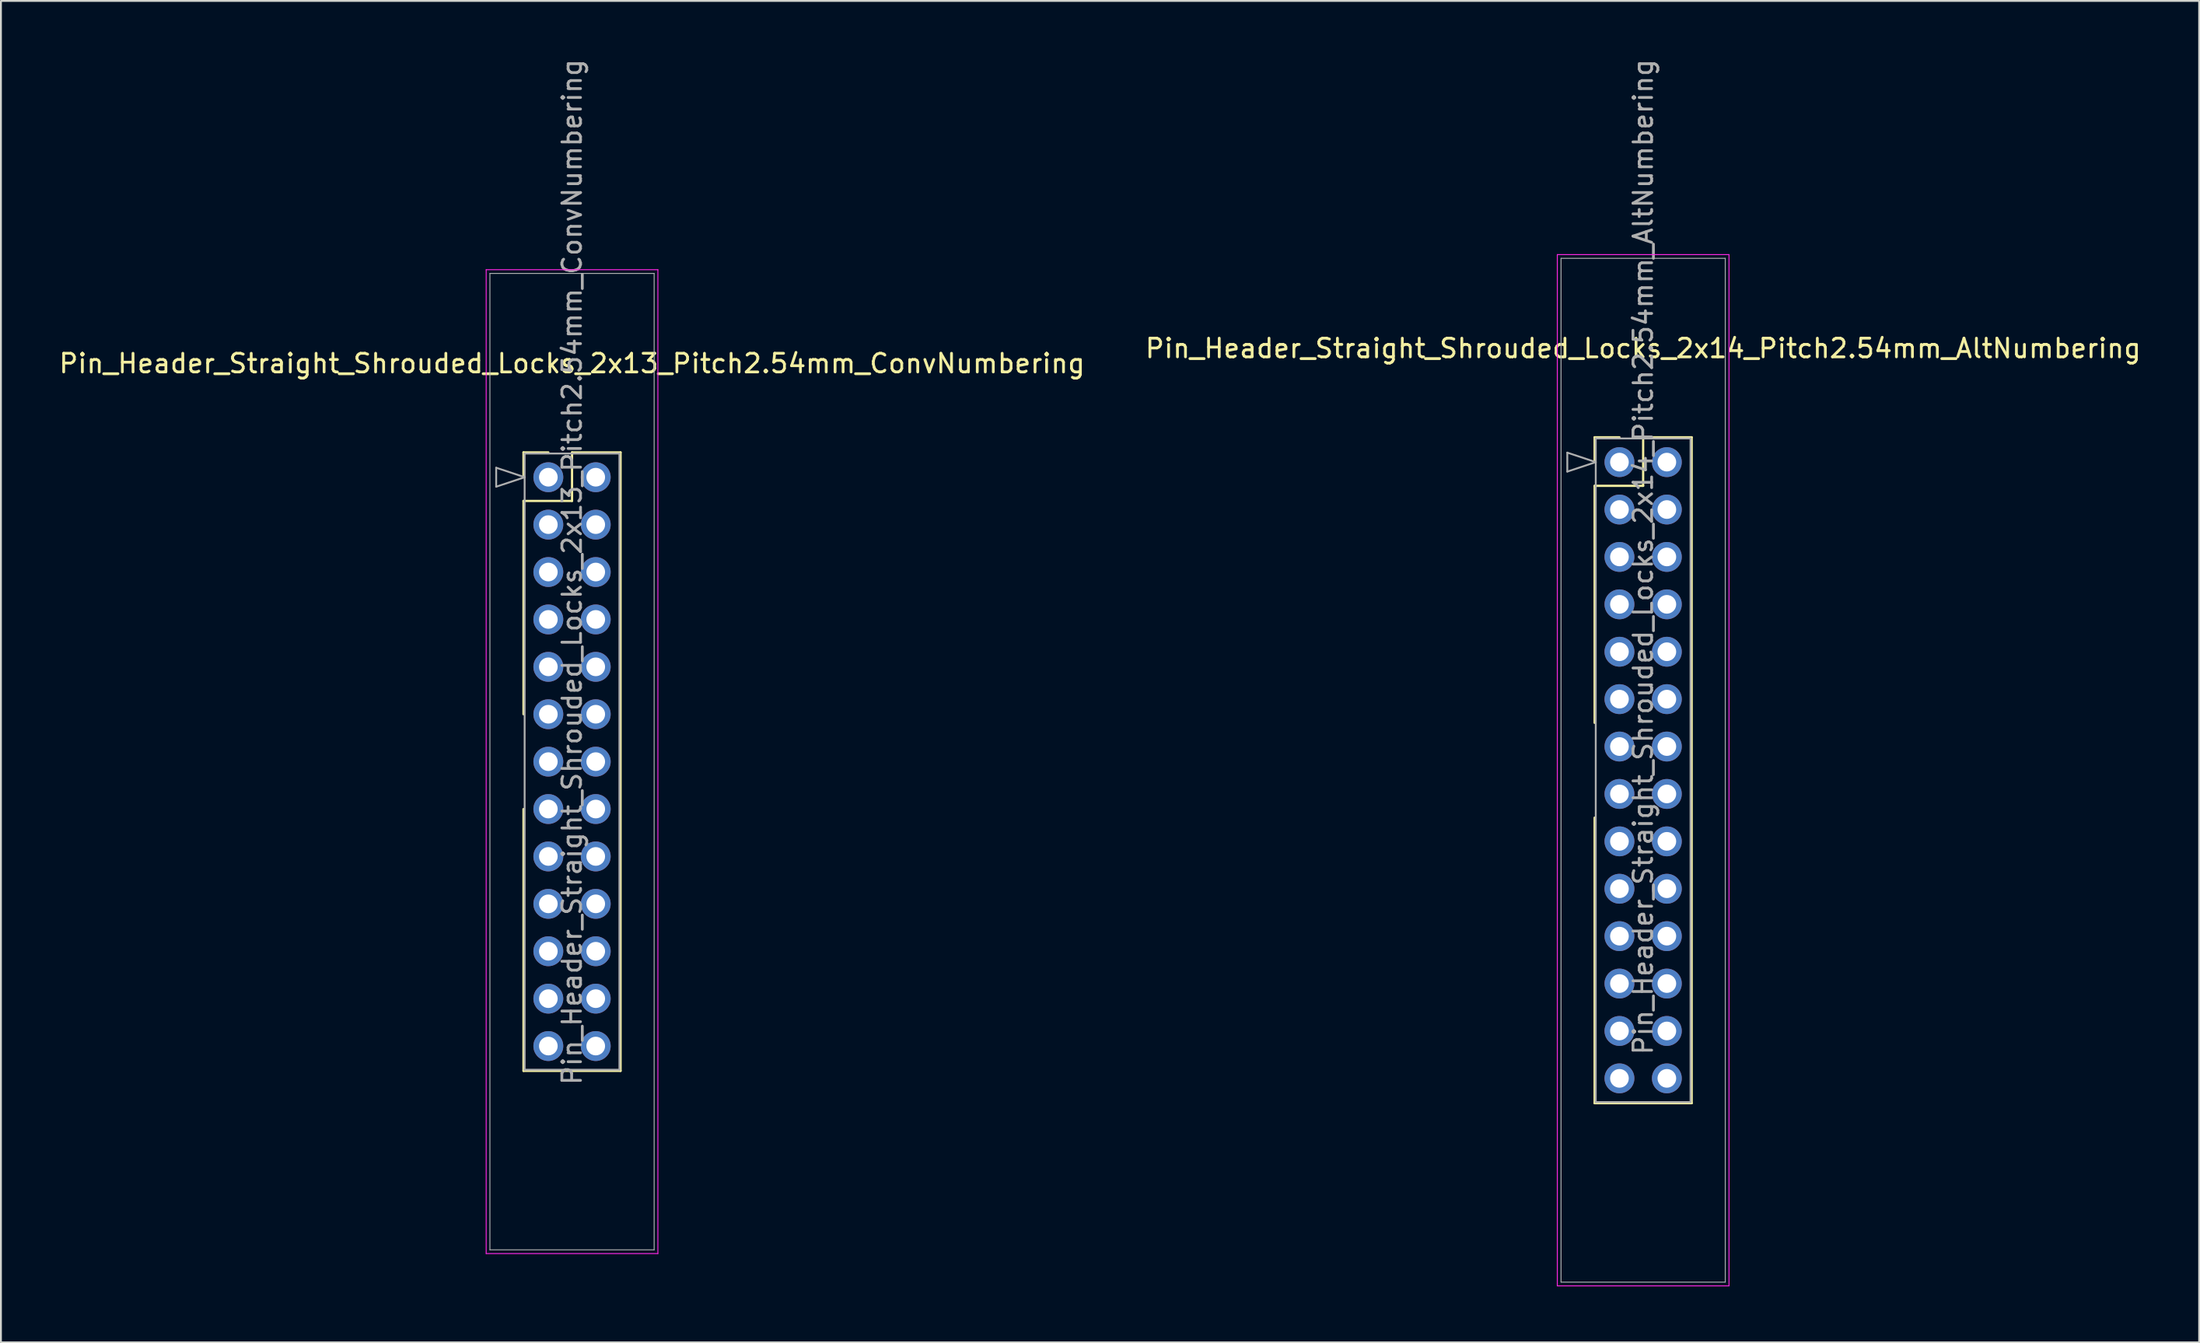
<source format=kicad_pcb>
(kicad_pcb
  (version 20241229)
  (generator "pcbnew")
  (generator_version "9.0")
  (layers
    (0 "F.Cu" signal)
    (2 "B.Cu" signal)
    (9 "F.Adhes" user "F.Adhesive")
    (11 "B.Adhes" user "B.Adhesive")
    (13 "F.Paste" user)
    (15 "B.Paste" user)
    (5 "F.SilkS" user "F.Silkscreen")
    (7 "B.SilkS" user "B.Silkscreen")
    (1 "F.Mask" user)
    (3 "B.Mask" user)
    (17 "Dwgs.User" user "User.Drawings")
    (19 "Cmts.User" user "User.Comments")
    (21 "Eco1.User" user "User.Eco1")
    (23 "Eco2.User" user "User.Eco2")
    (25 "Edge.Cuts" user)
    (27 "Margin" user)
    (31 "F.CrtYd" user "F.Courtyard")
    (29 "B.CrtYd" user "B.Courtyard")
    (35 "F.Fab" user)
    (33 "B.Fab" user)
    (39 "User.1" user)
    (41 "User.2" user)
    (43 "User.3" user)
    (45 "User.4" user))
  (footprint "Pin_Header_Straight_Shrouded_Locks_2x13_Pitch2.54mm_ConvNumbering"
    (layer "F.Cu")
    (at 26.331 22.521)
    (property "Reference" "Pin_Header_Straight_Shrouded_Locks_2x13_Pitch2.54mm_ConvNumbering" (at 1.27 -6.096 0) (layer "F.SilkS") (effects (font (size 1 1) (thickness 0.15))))
    (attr through_hole)
    (fp_line (start -1.33 -1.33) (end 0 -1.33) (stroke (width 0.12) (type solid)) (layer "F.SilkS"))
    (fp_line (start -1.33 0) (end -1.33 -1.33) (stroke (width 0.12) (type solid)) (layer "F.SilkS"))
    (fp_line (start -1.33 1.27) (end -1.33 12.7) (stroke (width 0.12) (type solid)) (layer "F.SilkS"))
    (fp_line (start -1.33 1.27) (end 1.27 1.27) (stroke (width 0.12) (type solid)) (layer "F.SilkS"))
    (fp_line (start -1.33 17.78) (end -1.33 31.81) (stroke (width 0.12) (type solid)) (layer "F.SilkS"))
    (fp_line (start -1.33 31.81) (end 3.87 31.81) (stroke (width 0.12) (type solid)) (layer "F.SilkS"))
    (fp_line (start 1.27 -1.33) (end 3.87 -1.33) (stroke (width 0.12) (type solid)) (layer "F.SilkS"))
    (fp_line (start 1.27 1.27) (end 1.27 -1.33) (stroke (width 0.12) (type solid)) (layer "F.SilkS"))
    (fp_line (start 3.87 -1.33) (end 3.87 31.81) (stroke (width 0.12) (type solid)) (layer "F.SilkS"))
    (fp_line (start -3.33 -11.12) (end -3.33 41.6) (stroke (width 0.05) (type solid)) (layer "F.CrtYd"))
    (fp_line (start -3.33 41.6) (end 5.87 41.6) (stroke (width 0.05) (type solid)) (layer "F.CrtYd"))
    (fp_line (start 5.87 -11.12) (end -3.33 -11.12) (stroke (width 0.05) (type solid)) (layer "F.CrtYd"))
    (fp_line (start 5.87 41.6) (end 5.87 -11.12) (stroke (width 0.05) (type solid)) (layer "F.CrtYd"))
    (fp_line (start -3.13 -10.92) (end -3.13 41.4) (stroke (width 0.05) (type solid)) (layer "F.Fab"))
    (fp_line (start -3.13 41.4) (end 5.67 41.4) (stroke (width 0.05) (type solid)) (layer "F.Fab"))
    (fp_line (start -2.794 -0.508) (end -1.27 0) (stroke (width 0.1) (type solid)) (layer "F.Fab"))
    (fp_line (start -2.794 0.508) (end -2.794 -0.508) (stroke (width 0.1) (type solid)) (layer "F.Fab"))
    (fp_line (start -1.27 -1.27) (end -1.27 31.75) (stroke (width 0.1) (type solid)) (layer "F.Fab"))
    (fp_line (start -1.27 0) (end -2.794 0.508) (stroke (width 0.1) (type solid)) (layer "F.Fab"))
    (fp_line (start -1.27 31.75) (end 3.81 31.75) (stroke (width 0.1) (type solid)) (layer "F.Fab"))
    (fp_line (start 3.81 -1.27) (end -1.27 -1.27) (stroke (width 0.1) (type solid)) (layer "F.Fab"))
    (fp_line (start 3.81 31.75) (end 3.81 -1.27) (stroke (width 0.1) (type solid)) (layer "F.Fab"))
    (fp_line (start 5.67 -10.92) (end -3.13 -10.92) (stroke (width 0.05) (type solid)) (layer "F.Fab"))
    (fp_line (start 5.67 41.4) (end 5.67 -10.92) (stroke (width 0.05) (type solid)) (layer "F.Fab"))
    (fp_text user "${REFERENCE}" (at 1.27 5.08 90) (layer "F.Fab") (effects (font (size 1 1) (thickness 0.15))))
    (pad "1" thru_hole oval (at 0 0) (size 1.6 1.6) (drill 1) (layers "*.Cu" "*.Mask"))
    (pad "2" thru_hole oval (at 2.54 0) (size 1.6 1.6) (drill 1) (layers "*.Cu" "*.Mask"))
    (pad "3" thru_hole oval (at 0 2.54) (size 1.6 1.6) (drill 1) (layers "*.Cu" "*.Mask"))
    (pad "4" thru_hole oval (at 2.54 2.54) (size 1.6 1.6) (drill 1) (layers "*.Cu" "*.Mask"))
    (pad "5" thru_hole oval (at 0 5.08) (size 1.6 1.6) (drill 1) (layers "*.Cu" "*.Mask"))
    (pad "6" thru_hole oval (at 2.54 5.08) (size 1.6 1.6) (drill 1) (layers "*.Cu" "*.Mask"))
    (pad "7" thru_hole oval (at 0 7.62) (size 1.6 1.6) (drill 1) (layers "*.Cu" "*.Mask"))
    (pad "8" thru_hole oval (at 2.54 7.62) (size 1.6 1.6) (drill 1) (layers "*.Cu" "*.Mask"))
    (pad "9" thru_hole oval (at 0 10.16) (size 1.6 1.6) (drill 1) (layers "*.Cu" "*.Mask"))
    (pad "10" thru_hole oval (at 2.54 10.16) (size 1.6 1.6) (drill 1) (layers "*.Cu" "*.Mask"))
    (pad "11" thru_hole oval (at 0 12.7) (size 1.6 1.6) (drill 1) (layers "*.Cu" "*.Mask"))
    (pad "12" thru_hole oval (at 2.54 12.7) (size 1.6 1.6) (drill 1) (layers "*.Cu" "*.Mask"))
    (pad "13" thru_hole oval (at 0 15.24) (size 1.6 1.6) (drill 1) (layers "*.Cu" "*.Mask"))
    (pad "14" thru_hole oval (at 2.54 15.24) (size 1.6 1.6) (drill 1) (layers "*.Cu" "*.Mask"))
    (pad "15" thru_hole oval (at 0 17.78) (size 1.6 1.6) (drill 1) (layers "*.Cu" "*.Mask"))
    (pad "16" thru_hole oval (at 2.54 17.78) (size 1.6 1.6) (drill 1) (layers "*.Cu" "*.Mask"))
    (pad "17" thru_hole oval (at 0 20.32) (size 1.6 1.6) (drill 1) (layers "*.Cu" "*.Mask"))
    (pad "18" thru_hole oval (at 2.54 20.32) (size 1.6 1.6) (drill 1) (layers "*.Cu" "*.Mask"))
    (pad "19" thru_hole oval (at 0 22.86) (size 1.6 1.6) (drill 1) (layers "*.Cu" "*.Mask"))
    (pad "20" thru_hole oval (at 2.54 22.86) (size 1.6 1.6) (drill 1) (layers "*.Cu" "*.Mask"))
    (pad "21" thru_hole oval (at 0 25.4) (size 1.6 1.6) (drill 1) (layers "*.Cu" "*.Mask"))
    (pad "22" thru_hole oval (at 2.54 25.4) (size 1.6 1.6) (drill 1) (layers "*.Cu" "*.Mask"))
    (pad "23" thru_hole oval (at 0 27.94) (size 1.6 1.6) (drill 1) (layers "*.Cu" "*.Mask"))
    (pad "24" thru_hole oval (at 2.54 27.94) (size 1.6 1.6) (drill 1) (layers "*.Cu" "*.Mask"))
    (pad "25" thru_hole oval (at 0 30.48) (size 1.6 1.6) (drill 1) (layers "*.Cu" "*.Mask"))
    (pad "26" thru_hole oval (at 2.54 30.48) (size 1.6 1.6) (drill 1) (layers "*.Cu" "*.Mask")))
  (footprint "Pin_Header_Straight_Shrouded_Locks_2x14_Pitch2.54mm_AltNumbering"
    (layer "F.Cu")
    (at 83.724 21.712)
    (property "Reference" "Pin_Header_Straight_Shrouded_Locks_2x14_Pitch2.54mm_AltNumbering" (at 1.27 -6.096 0) (layer "F.SilkS") (effects (font (size 1 1) (thickness 0.15))))
    (attr through_hole)
    (fp_line (start -1.33 -1.33) (end 0 -1.33) (stroke (width 0.12) (type solid)) (layer "F.SilkS"))
    (fp_line (start -1.33 0) (end -1.33 -1.33) (stroke (width 0.12) (type solid)) (layer "F.SilkS"))
    (fp_line (start -1.33 1.27) (end -1.33 13.97) (stroke (width 0.12) (type solid)) (layer "F.SilkS"))
    (fp_line (start -1.33 1.27) (end 1.27 1.27) (stroke (width 0.12) (type solid)) (layer "F.SilkS"))
    (fp_line (start -1.33 19.05) (end -1.33 34.35) (stroke (width 0.12) (type solid)) (layer "F.SilkS"))
    (fp_line (start -1.33 34.35) (end 3.87 34.35) (stroke (width 0.12) (type solid)) (layer "F.SilkS"))
    (fp_line (start 1.27 -1.33) (end 3.87 -1.33) (stroke (width 0.12) (type solid)) (layer "F.SilkS"))
    (fp_line (start 1.27 1.27) (end 1.27 -1.33) (stroke (width 0.12) (type solid)) (layer "F.SilkS"))
    (fp_line (start 3.87 -1.33) (end 3.87 34.35) (stroke (width 0.12) (type solid)) (layer "F.SilkS"))
    (fp_line (start -3.33 -11.12) (end -3.33 44.14) (stroke (width 0.05) (type solid)) (layer "F.CrtYd"))
    (fp_line (start -3.33 44.14) (end 5.87 44.14) (stroke (width 0.05) (type solid)) (layer "F.CrtYd"))
    (fp_line (start 5.87 -11.12) (end -3.33 -11.12) (stroke (width 0.05) (type solid)) (layer "F.CrtYd"))
    (fp_line (start 5.87 44.14) (end 5.87 -11.12) (stroke (width 0.05) (type solid)) (layer "F.CrtYd"))
    (fp_line (start -3.13 -10.92) (end -3.13 43.94) (stroke (width 0.05) (type solid)) (layer "F.Fab"))
    (fp_line (start -3.13 43.94) (end 5.67 43.94) (stroke (width 0.05) (type solid)) (layer "F.Fab"))
    (fp_line (start -2.794 -0.508) (end -1.27 0) (stroke (width 0.1) (type solid)) (layer "F.Fab"))
    (fp_line (start -2.794 0.508) (end -2.794 -0.508) (stroke (width 0.1) (type solid)) (layer "F.Fab"))
    (fp_line (start -1.27 -1.27) (end -1.27 34.29) (stroke (width 0.1) (type solid)) (layer "F.Fab"))
    (fp_line (start -1.27 0) (end -2.794 0.508) (stroke (width 0.1) (type solid)) (layer "F.Fab"))
    (fp_line (start -1.27 34.29) (end 3.81 34.29) (stroke (width 0.1) (type solid)) (layer "F.Fab"))
    (fp_line (start 3.81 -1.27) (end -1.27 -1.27) (stroke (width 0.1) (type solid)) (layer "F.Fab"))
    (fp_line (start 3.81 34.29) (end 3.81 -1.27) (stroke (width 0.1) (type solid)) (layer "F.Fab"))
    (fp_line (start 5.67 -10.92) (end -3.13 -10.92) (stroke (width 0.05) (type solid)) (layer "F.Fab"))
    (fp_line (start 5.67 43.94) (end 5.67 -10.92) (stroke (width 0.05) (type solid)) (layer "F.Fab"))
    (fp_text user "${REFERENCE}" (at 1.27 5.08 90) (layer "F.Fab") (effects (font (size 1 1) (thickness 0.15))))
    (pad "1" thru_hole oval (at 0 0) (size 1.6 1.6) (drill 1) (layers "*.Cu" "*.Mask"))
    (pad "2" thru_hole oval (at 0 2.54) (size 1.6 1.6) (drill 1) (layers "*.Cu" "*.Mask"))
    (pad "3" thru_hole oval (at 0 5.08) (size 1.6 1.6) (drill 1) (layers "*.Cu" "*.Mask"))
    (pad "4" thru_hole oval (at 0 7.62) (size 1.6 1.6) (drill 1) (layers "*.Cu" "*.Mask"))
    (pad "5" thru_hole oval (at 0 10.16) (size 1.6 1.6) (drill 1) (layers "*.Cu" "*.Mask"))
    (pad "6" thru_hole oval (at 0 12.7) (size 1.6 1.6) (drill 1) (layers "*.Cu" "*.Mask"))
    (pad "7" thru_hole oval (at 0 15.24) (size 1.6 1.6) (drill 1) (layers "*.Cu" "*.Mask"))
    (pad "8" thru_hole oval (at 0 17.78) (size 1.6 1.6) (drill 1) (layers "*.Cu" "*.Mask"))
    (pad "9" thru_hole oval (at 0 20.32) (size 1.6 1.6) (drill 1) (layers "*.Cu" "*.Mask"))
    (pad "10" thru_hole oval (at 0 22.86) (size 1.6 1.6) (drill 1) (layers "*.Cu" "*.Mask"))
    (pad "11" thru_hole oval (at 0 25.4) (size 1.6 1.6) (drill 1) (layers "*.Cu" "*.Mask"))
    (pad "12" thru_hole oval (at 0 27.94) (size 1.6 1.6) (drill 1) (layers "*.Cu" "*.Mask"))
    (pad "13" thru_hole oval (at 0 30.48) (size 1.6 1.6) (drill 1) (layers "*.Cu" "*.Mask"))
    (pad "14" thru_hole oval (at 0 33.02) (size 1.6 1.6) (drill 1) (layers "*.Cu" "*.Mask"))
    (pad "15" thru_hole oval (at 2.54 0) (size 1.6 1.6) (drill 1) (layers "*.Cu" "*.Mask"))
    (pad "16" thru_hole oval (at 2.54 2.54) (size 1.6 1.6) (drill 1) (layers "*.Cu" "*.Mask"))
    (pad "17" thru_hole oval (at 2.54 5.08) (size 1.6 1.6) (drill 1) (layers "*.Cu" "*.Mask"))
    (pad "18" thru_hole oval (at 2.54 7.62) (size 1.6 1.6) (drill 1) (layers "*.Cu" "*.Mask"))
    (pad "19" thru_hole oval (at 2.54 10.16) (size 1.6 1.6) (drill 1) (layers "*.Cu" "*.Mask"))
    (pad "20" thru_hole oval (at 2.54 12.7) (size 1.6 1.6) (drill 1) (layers "*.Cu" "*.Mask"))
    (pad "21" thru_hole oval (at 2.54 15.24) (size 1.6 1.6) (drill 1) (layers "*.Cu" "*.Mask"))
    (pad "22" thru_hole oval (at 2.54 17.78) (size 1.6 1.6) (drill 1) (layers "*.Cu" "*.Mask"))
    (pad "23" thru_hole oval (at 2.54 20.32) (size 1.6 1.6) (drill 1) (layers "*.Cu" "*.Mask"))
    (pad "24" thru_hole oval (at 2.54 22.86) (size 1.6 1.6) (drill 1) (layers "*.Cu" "*.Mask"))
    (pad "25" thru_hole oval (at 2.54 25.4) (size 1.6 1.6) (drill 1) (layers "*.Cu" "*.Mask"))
    (pad "26" thru_hole oval (at 2.54 27.94) (size 1.6 1.6) (drill 1) (layers "*.Cu" "*.Mask"))
    (pad "27" thru_hole oval (at 2.54 30.48) (size 1.6 1.6) (drill 1) (layers "*.Cu" "*.Mask"))
    (pad "28" thru_hole oval (at 2.54 33.02) (size 1.6 1.6) (drill 1) (layers "*.Cu" "*.Mask")))
  (gr_rect
    (start -3 -3)
    (end 114.786 68.877)
    (stroke (width 0.1) (type default))
    (fill no)
    (layer "Edge.Cuts")))
</source>
